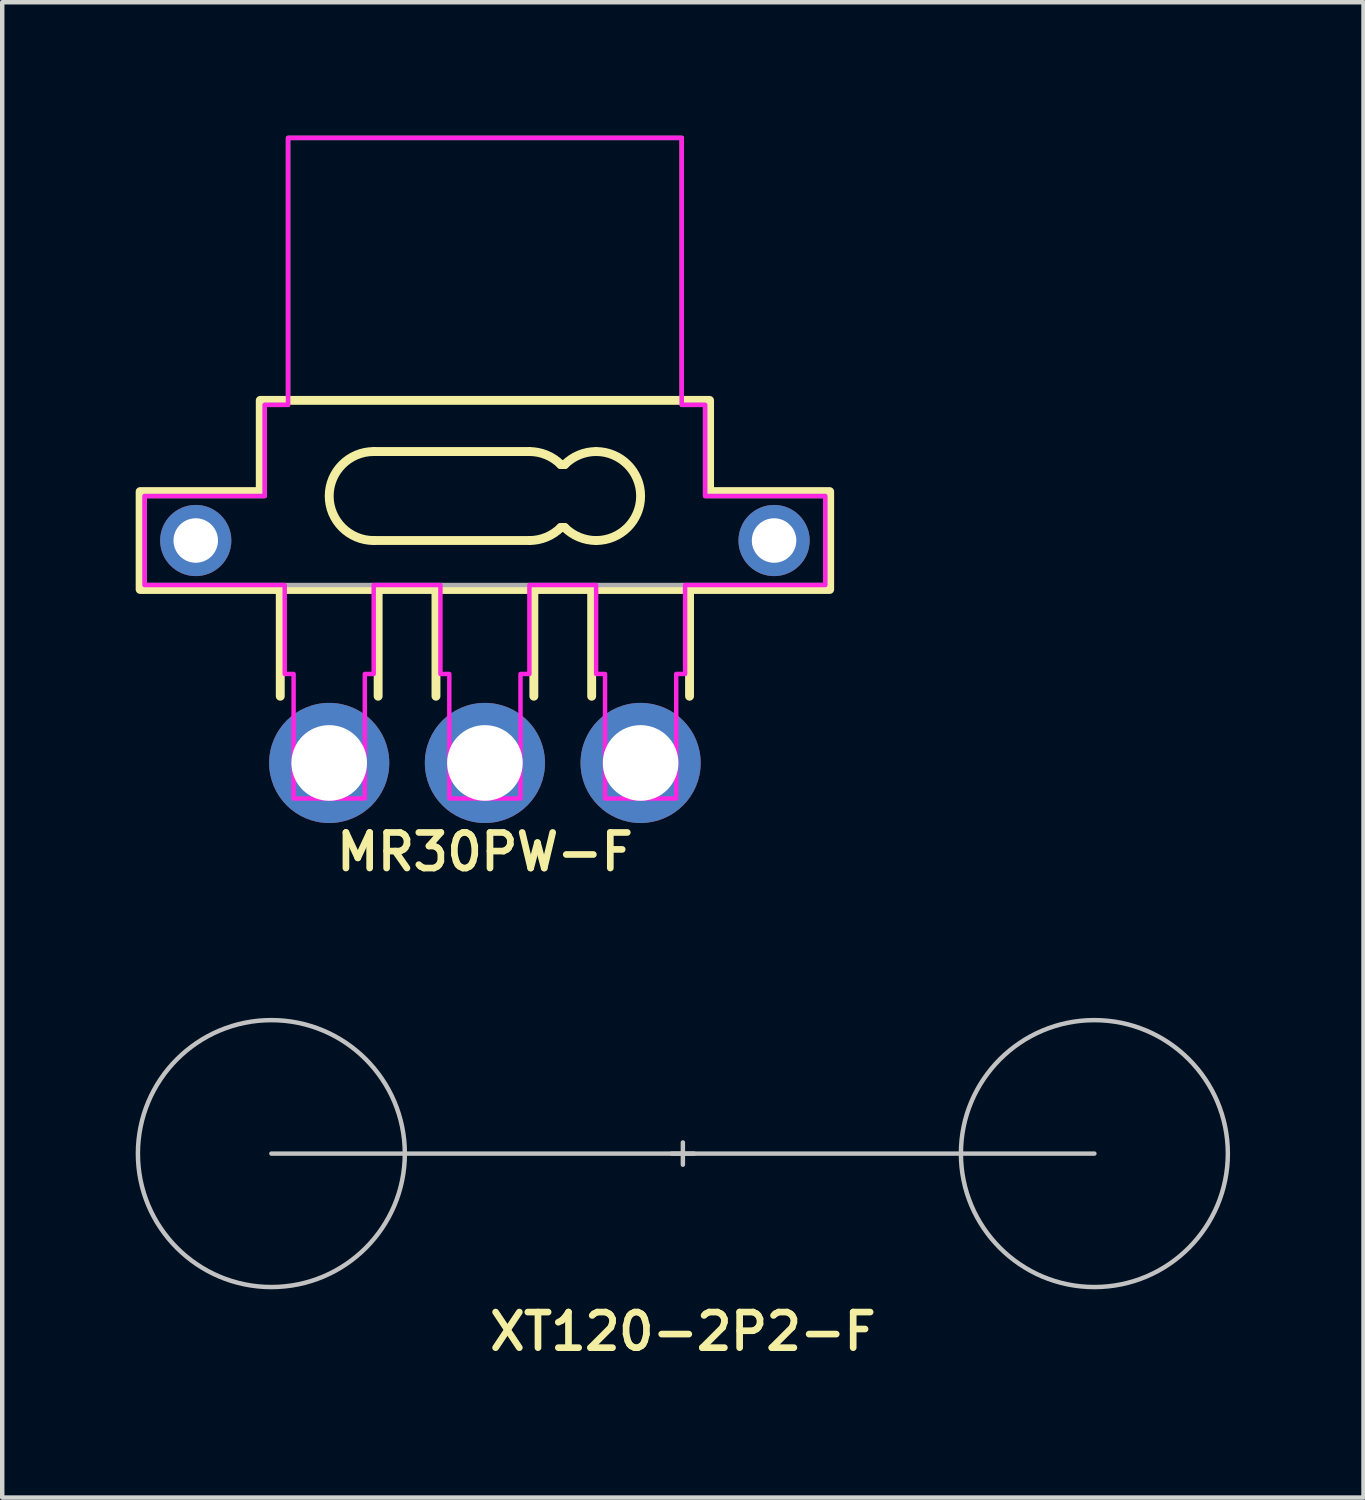
<source format=kicad_pcb>
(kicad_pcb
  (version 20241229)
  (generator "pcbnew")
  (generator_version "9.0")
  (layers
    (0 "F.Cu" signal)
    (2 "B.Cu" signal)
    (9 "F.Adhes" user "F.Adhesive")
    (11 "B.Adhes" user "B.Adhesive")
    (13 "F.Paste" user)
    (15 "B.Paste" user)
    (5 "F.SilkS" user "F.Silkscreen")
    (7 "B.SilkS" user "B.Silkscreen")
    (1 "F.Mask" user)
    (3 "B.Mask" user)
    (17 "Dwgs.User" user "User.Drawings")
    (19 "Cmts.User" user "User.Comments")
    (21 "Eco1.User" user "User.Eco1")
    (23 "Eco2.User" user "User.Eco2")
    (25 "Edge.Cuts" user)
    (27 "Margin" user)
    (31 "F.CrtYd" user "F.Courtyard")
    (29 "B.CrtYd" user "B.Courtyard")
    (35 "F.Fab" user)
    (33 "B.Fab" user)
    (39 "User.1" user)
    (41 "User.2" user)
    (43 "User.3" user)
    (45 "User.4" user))
  (footprint "XT120-2P2-F"
    (layer "F.Cu")
    (at 12.3 22.881)
    (property "Reference" "XT120-2P2-F" (at 0 4 0) (unlocked yes) (layer "F.SilkS") (effects (font (size 0.8 0.8) (thickness 0.15))))
    (attr through_hole)
    (fp_line (start -9.25 0) (end 9.25 0) (stroke (width 0.1) (type solid)) (layer "Dwgs.User"))
    (fp_line (start -0.25 0) (end 0.25 0) (stroke (width 0.1) (type solid)) (layer "Dwgs.User"))
    (fp_line (start 0 -0.25) (end 0 0.25) (stroke (width 0.1) (type solid)) (layer "Dwgs.User"))
    (fp_circle (center -9.25 0) (end -9.25 3) (stroke (width 0.1) (type solid)) (fill no) (layer "Dwgs.User"))
    (fp_circle (center 9.25 0) (end 9.25 3) (stroke (width 0.1) (type solid)) (fill no) (layer "Dwgs.User")))
  (footprint "MR30PW-F"
    (layer "F.Cu")
    (at 7.85 14.1)
    (property "Reference" "MR30PW-F" (at 0 2 0) (layer "F.SilkS") (effects (font (size 0.8 0.8) (thickness 0.15))))
    (attr through_hole)
    (fp_line (start -4.6 -1.5) (end -4.6 -3.9) (stroke (width 0.2) (type solid)) (layer "F.SilkS"))
    (fp_line (start -2.5 -7) (end 1 -7) (stroke (width 0.2) (type default)) (layer "F.SilkS"))
    (fp_line (start -2.5 -5) (end 1 -5) (stroke (width 0.2) (type default)) (layer "F.SilkS"))
    (fp_line (start -2.4 -3.9) (end -2.4 -1.5) (stroke (width 0.2) (type solid)) (layer "F.SilkS"))
    (fp_line (start -1.1 -1.5) (end -1.1 -3.9) (stroke (width 0.2) (type solid)) (layer "F.SilkS"))
    (fp_line (start 1.1 -3.9) (end 1.1 -1.5) (stroke (width 0.2) (type solid)) (layer "F.SilkS"))
    (fp_line (start 1.707 -5.293) (end 1.793 -5.293) (stroke (width 0.2) (type default)) (layer "F.SilkS"))
    (fp_line (start 1.793 -6.707) (end 1.707 -6.707) (stroke (width 0.2) (type default)) (layer "F.SilkS"))
    (fp_line (start 2.4 -1.5) (end 2.4 -3.9) (stroke (width 0.2) (type solid)) (layer "F.SilkS"))
    (fp_line (start 4.6 -3.9) (end 4.6 -1.5) (stroke (width 0.2) (type solid)) (layer "F.SilkS"))
    (fp_arc (start -2.5 -5) (mid -3.5 -6) (end -2.5 -7) (stroke (width 0.2) (type default)) (layer "F.SilkS"))
    (fp_arc (start 1 -7) (mid 1.382684 -6.92388) (end 1.707107 -6.707107) (stroke (width 0.2) (type default)) (layer "F.SilkS"))
    (fp_arc (start 1.707107 -5.292893) (mid 1.382684 -5.07612) (end 1 -5) (stroke (width 0.2) (type default)) (layer "F.SilkS"))
    (fp_arc (start 1.792893 -6.707107) (mid 2.117316 -6.92388) (end 2.5 -7) (stroke (width 0.2) (type default)) (layer "F.SilkS"))
    (fp_arc (start 2.5 -7) (mid 3.5 -6) (end 2.5 -5) (stroke (width 0.2) (type default)) (layer "F.SilkS"))
    (fp_arc (start 2.5 -5) (mid 2.117317 -5.07612) (end 1.792893 -5.292893) (stroke (width 0.2) (type default)) (layer "F.SilkS"))
    (fp_poly (pts (xy -7.75 -6.1) (xy -7.75 -3.9) (xy 7.75 -3.9) (xy 7.75 -6.1) (xy 5.05 -6.1) (xy 5.05 -8.15) (xy -5.05 -8.15) (xy -5.05 -6.1)) (stroke (width 0.2) (type solid)) (fill no) (layer "F.SilkS"))
    (fp_line (start -0.25 0) (end 0.25 0) (stroke (width 0.1) (type solid)) (layer "Dwgs.User"))
    (fp_line (start 0 -0.25) (end 0 0.25) (stroke (width 0.1) (type solid)) (layer "Dwgs.User"))
    (fp_poly (pts (xy 4.425 -8.05) (xy 4.95 -8.05) (xy 4.95 -6) (xy 7.65 -6) (xy 7.65 -4) (xy 4.5 -4) (xy 4.5 -2) (xy 4.3 -2) (xy 4.3 0.8) (xy 2.7 0.8) (xy 2.7 -2) (xy 2.5 -2) (xy 2.5 -4) (xy 1 -4) (xy 1 -2) (xy 0.8 -2) (xy 0.8 0.8) (xy -0.8 0.8) (xy -0.8 -2) (xy -1 -2) (xy -1 -4) (xy -2.5 -4) (xy -2.5 -2) (xy -2.7 -2) (xy -2.7 0.8) (xy -4.3 0.8) (xy -4.3 -2) (xy -4.5 -2) (xy -4.5 -4) (xy -7.65 -4) (xy -7.65 -6) (xy -4.95 -6) (xy -4.95 -8.05) (xy -4.425 -8.05) (xy -4.425 -14.05) (xy 4.425 -14.05)) (stroke (width 0.1) (type solid)) (fill no) (layer "F.CrtYd"))
    (fp_poly (pts (xy 4.425 -8.05) (xy 4.95 -8.05) (xy 4.95 -6) (xy 7.65 -6) (xy 7.65 -4) (xy -7.65 -4) (xy -7.65 -6) (xy -4.95 -6) (xy -4.95 -8.05) (xy -4.425 -8.05) (xy -4.425 -14.05) (xy 4.425 -14.05)) (stroke (width 0.1) (type solid)) (fill no) (layer "F.Fab"))
    (pad "1" thru_hole oval (at 3.5 0) (size 2.7 2.7) (drill 1.7) (layers "*.Cu" "*.Mask"))
    (pad "2" thru_hole circle (at 0 0) (size 2.7 2.7) (drill 1.7) (layers "*.Cu" "*.Mask"))
    (pad "3" thru_hole circle (at -3.5 0) (size 2.7 2.7) (drill 1.7) (layers "*.Cu" "*.Mask"))
    (pad "SHELL" thru_hole circle (at -6.5 -5 90) (size 1.6 1.6) (drill 1) (layers "*.Cu" "*.Mask"))
    (pad "SHELL" thru_hole circle (at 6.5 -5) (size 1.6 1.6) (drill 1) (layers "*.Cu" "*.Mask")))
  (gr_rect
    (start -3 -3)
    (end 27.6 30.613)
    (stroke (width 0.1) (type default))
    (fill no)
    (layer "Edge.Cuts")))
</source>
